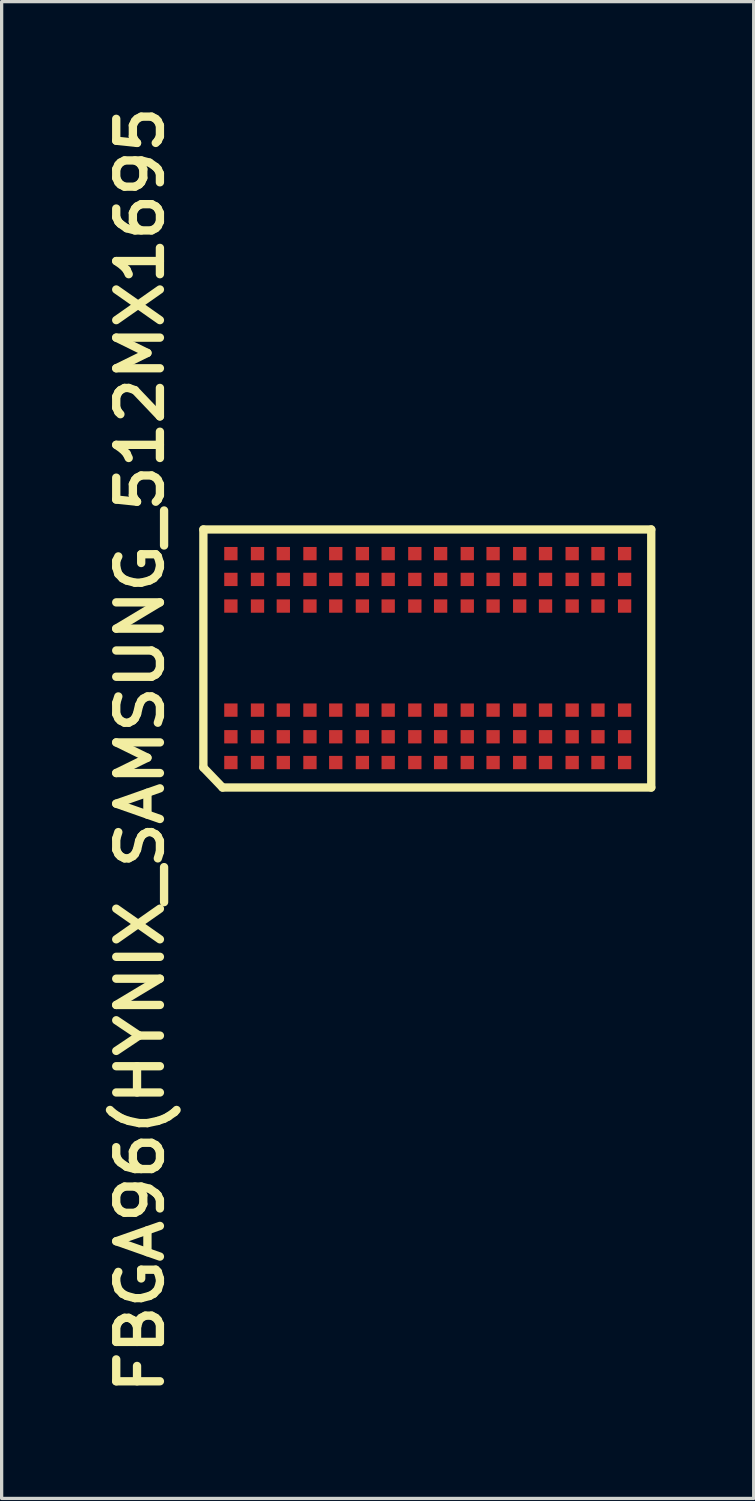
<source format=kicad_pcb>
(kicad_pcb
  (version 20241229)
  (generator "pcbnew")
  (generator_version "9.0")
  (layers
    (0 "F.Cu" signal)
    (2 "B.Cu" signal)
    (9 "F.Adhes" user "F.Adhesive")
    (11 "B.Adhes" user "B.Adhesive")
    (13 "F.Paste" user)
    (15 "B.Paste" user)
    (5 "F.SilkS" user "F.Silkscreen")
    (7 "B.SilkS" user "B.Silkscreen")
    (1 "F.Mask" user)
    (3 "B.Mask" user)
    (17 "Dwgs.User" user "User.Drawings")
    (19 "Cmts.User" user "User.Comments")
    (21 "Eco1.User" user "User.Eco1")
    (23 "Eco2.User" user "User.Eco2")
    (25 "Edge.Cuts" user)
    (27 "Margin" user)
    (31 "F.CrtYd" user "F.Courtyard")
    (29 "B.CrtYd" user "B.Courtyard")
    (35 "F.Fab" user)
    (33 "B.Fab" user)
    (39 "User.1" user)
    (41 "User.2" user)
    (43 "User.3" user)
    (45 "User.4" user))
  (footprint "FBGA96(HYNIX_SAMSUNG_512MX1695"
    (layer "F.Cu")
    (at 9.989 17.043)
    (property "Reference" "FBGA96(HYNIX_SAMSUNG_512MX1695" (at -8.763 2.794 90) (unlocked yes) (layer "F.SilkS") (effects (font (size 1.333 1.402) (thickness 0.254))))
    (attr smd)
    (fp_line (start -6.833 -3.937) (end 6.833 -3.937) (stroke (width 0.254) (type solid)) (layer "F.SilkS"))
    (fp_line (start -6.833 3.327) (end -6.833 -3.937) (stroke (width 0.254) (type solid)) (layer "F.SilkS"))
    (fp_line (start -6.833 3.327) (end -6.248 3.937) (stroke (width 0.254) (type solid)) (layer "F.SilkS"))
    (fp_line (start -6.248 3.937) (end 6.833 3.937) (stroke (width 0.254) (type solid)) (layer "F.SilkS"))
    (fp_line (start 6.833 3.937) (end 6.833 -3.937) (stroke (width 0.254) (type solid)) (layer "F.SilkS"))
    (pad "A1" smd rect (at -5.994 3.175 90) (size 0.406 0.406) (layers "F.Cu" "F.Mask" "F.Paste"))
    (pad "A2" smd rect (at -5.994 2.388 90) (size 0.406 0.406) (layers "F.Cu" "F.Mask" "F.Paste"))
    (pad "A3" smd rect (at -5.994 1.575 90) (size 0.406 0.406) (layers "F.Cu" "F.Mask" "F.Paste"))
    (pad "A7" smd rect (at -5.994 -1.6 90) (size 0.406 0.406) (layers "F.Cu" "F.Mask" "F.Paste"))
    (pad "A8" smd rect (at -5.994 -2.413 90) (size 0.406 0.406) (layers "F.Cu" "F.Mask" "F.Paste"))
    (pad "A9" smd rect (at -5.994 -3.2 90) (size 0.406 0.406) (layers "F.Cu" "F.Mask" "F.Paste"))
    (pad "B1" smd rect (at -5.182 3.175 90) (size 0.406 0.406) (layers "F.Cu" "F.Mask" "F.Paste"))
    (pad "B2" smd rect (at -5.182 2.388 90) (size 0.406 0.406) (layers "F.Cu" "F.Mask" "F.Paste"))
    (pad "B3" smd rect (at -5.182 1.575 90) (size 0.406 0.406) (layers "F.Cu" "F.Mask" "F.Paste"))
    (pad "B7" smd rect (at -5.182 -1.6 90) (size 0.406 0.406) (layers "F.Cu" "F.Mask" "F.Paste"))
    (pad "B8" smd rect (at -5.182 -2.413 90) (size 0.406 0.406) (layers "F.Cu" "F.Mask" "F.Paste"))
    (pad "B9" smd rect (at -5.182 -3.2 90) (size 0.406 0.406) (layers "F.Cu" "F.Mask" "F.Paste"))
    (pad "C1" smd rect (at -4.394 3.175 90) (size 0.406 0.406) (layers "F.Cu" "F.Mask" "F.Paste"))
    (pad "C2" smd rect (at -4.394 2.388 90) (size 0.406 0.406) (layers "F.Cu" "F.Mask" "F.Paste"))
    (pad "C3" smd rect (at -4.394 1.575 90) (size 0.406 0.406) (layers "F.Cu" "F.Mask" "F.Paste"))
    (pad "C7" smd rect (at -4.394 -1.6 90) (size 0.406 0.406) (layers "F.Cu" "F.Mask" "F.Paste"))
    (pad "C8" smd rect (at -4.394 -2.413 90) (size 0.406 0.406) (layers "F.Cu" "F.Mask" "F.Paste"))
    (pad "C9" smd rect (at -4.394 -3.2 90) (size 0.406 0.406) (layers "F.Cu" "F.Mask" "F.Paste"))
    (pad "D1" smd rect (at -3.581 3.175 90) (size 0.406 0.406) (layers "F.Cu" "F.Mask" "F.Paste"))
    (pad "D2" smd rect (at -3.581 2.388 90) (size 0.406 0.406) (layers "F.Cu" "F.Mask" "F.Paste"))
    (pad "D3" smd rect (at -3.581 1.575 90) (size 0.406 0.406) (layers "F.Cu" "F.Mask" "F.Paste"))
    (pad "D7" smd rect (at -3.581 -1.6 90) (size 0.406 0.406) (layers "F.Cu" "F.Mask" "F.Paste"))
    (pad "D8" smd rect (at -3.581 -2.413 90) (size 0.406 0.406) (layers "F.Cu" "F.Mask" "F.Paste"))
    (pad "D9" smd rect (at -3.581 -3.2 90) (size 0.406 0.406) (layers "F.Cu" "F.Mask" "F.Paste"))
    (pad "E1" smd rect (at -2.794 3.175 90) (size 0.406 0.406) (layers "F.Cu" "F.Mask" "F.Paste"))
    (pad "E2" smd rect (at -2.794 2.388 90) (size 0.406 0.406) (layers "F.Cu" "F.Mask" "F.Paste"))
    (pad "E3" smd rect (at -2.794 1.575 90) (size 0.406 0.406) (layers "F.Cu" "F.Mask" "F.Paste"))
    (pad "E7" smd rect (at -2.794 -1.6 90) (size 0.406 0.406) (layers "F.Cu" "F.Mask" "F.Paste"))
    (pad "E8" smd rect (at -2.794 -2.413 90) (size 0.406 0.406) (layers "F.Cu" "F.Mask" "F.Paste"))
    (pad "E9" smd rect (at -2.794 -3.2 90) (size 0.406 0.406) (layers "F.Cu" "F.Mask" "F.Paste"))
    (pad "F1" smd rect (at -1.981 3.175 90) (size 0.406 0.406) (layers "F.Cu" "F.Mask" "F.Paste"))
    (pad "F2" smd rect (at -1.981 2.388 90) (size 0.406 0.406) (layers "F.Cu" "F.Mask" "F.Paste"))
    (pad "F3" smd rect (at -1.981 1.575 90) (size 0.406 0.406) (layers "F.Cu" "F.Mask" "F.Paste"))
    (pad "F7" smd rect (at -1.981 -1.6 90) (size 0.406 0.406) (layers "F.Cu" "F.Mask" "F.Paste"))
    (pad "F8" smd rect (at -1.981 -2.413 90) (size 0.406 0.406) (layers "F.Cu" "F.Mask" "F.Paste"))
    (pad "F9" smd rect (at -1.981 -3.2 90) (size 0.406 0.406) (layers "F.Cu" "F.Mask" "F.Paste"))
    (pad "G1" smd rect (at -1.194 3.175 90) (size 0.406 0.406) (layers "F.Cu" "F.Mask" "F.Paste"))
    (pad "G2" smd rect (at -1.194 2.388 90) (size 0.406 0.406) (layers "F.Cu" "F.Mask" "F.Paste"))
    (pad "G3" smd rect (at -1.194 1.575 90) (size 0.406 0.406) (layers "F.Cu" "F.Mask" "F.Paste"))
    (pad "G7" smd rect (at -1.194 -1.6 90) (size 0.406 0.406) (layers "F.Cu" "F.Mask" "F.Paste"))
    (pad "G8" smd rect (at -1.194 -2.413 90) (size 0.406 0.406) (layers "F.Cu" "F.Mask" "F.Paste"))
    (pad "G9" smd rect (at -1.194 -3.2 90) (size 0.406 0.406) (layers "F.Cu" "F.Mask" "F.Paste"))
    (pad "H1" smd rect (at -0.381 3.175 90) (size 0.406 0.406) (layers "F.Cu" "F.Mask" "F.Paste"))
    (pad "H2" smd rect (at -0.381 2.388 90) (size 0.406 0.406) (layers "F.Cu" "F.Mask" "F.Paste"))
    (pad "H3" smd rect (at -0.381 1.575 90) (size 0.406 0.406) (layers "F.Cu" "F.Mask" "F.Paste"))
    (pad "H7" smd rect (at -0.381 -1.6 90) (size 0.406 0.406) (layers "F.Cu" "F.Mask" "F.Paste"))
    (pad "H8" smd rect (at -0.381 -2.413 90) (size 0.406 0.406) (layers "F.Cu" "F.Mask" "F.Paste"))
    (pad "H9" smd rect (at -0.381 -3.2 90) (size 0.406 0.406) (layers "F.Cu" "F.Mask" "F.Paste"))
    (pad "J1" smd rect (at 0.406 3.175 90) (size 0.406 0.406) (layers "F.Cu" "F.Mask" "F.Paste"))
    (pad "J2" smd rect (at 0.406 2.388 90) (size 0.406 0.406) (layers "F.Cu" "F.Mask" "F.Paste"))
    (pad "J3" smd rect (at 0.406 1.575 90) (size 0.406 0.406) (layers "F.Cu" "F.Mask" "F.Paste"))
    (pad "J7" smd rect (at 0.406 -1.6 90) (size 0.406 0.406) (layers "F.Cu" "F.Mask" "F.Paste"))
    (pad "J8" smd rect (at 0.406 -2.413 90) (size 0.406 0.406) (layers "F.Cu" "F.Mask" "F.Paste"))
    (pad "J9" smd rect (at 0.406 -3.2 90) (size 0.406 0.406) (layers "F.Cu" "F.Mask" "F.Paste"))
    (pad "K1" smd rect (at 1.219 3.175 90) (size 0.406 0.406) (layers "F.Cu" "F.Mask" "F.Paste"))
    (pad "K2" smd rect (at 1.219 2.388 90) (size 0.406 0.406) (layers "F.Cu" "F.Mask" "F.Paste"))
    (pad "K3" smd rect (at 1.219 1.575 90) (size 0.406 0.406) (layers "F.Cu" "F.Mask" "F.Paste"))
    (pad "K7" smd rect (at 1.219 -1.6 90) (size 0.406 0.406) (layers "F.Cu" "F.Mask" "F.Paste"))
    (pad "K8" smd rect (at 1.219 -2.413 90) (size 0.406 0.406) (layers "F.Cu" "F.Mask" "F.Paste"))
    (pad "K9" smd rect (at 1.219 -3.2 90) (size 0.406 0.406) (layers "F.Cu" "F.Mask" "F.Paste"))
    (pad "L1" smd rect (at 2.007 3.175 90) (size 0.406 0.406) (layers "F.Cu" "F.Mask" "F.Paste"))
    (pad "L2" smd rect (at 2.007 2.388 90) (size 0.406 0.406) (layers "F.Cu" "F.Mask" "F.Paste"))
    (pad "L3" smd rect (at 2.007 1.575 90) (size 0.406 0.406) (layers "F.Cu" "F.Mask" "F.Paste"))
    (pad "L7" smd rect (at 2.007 -1.6 90) (size 0.406 0.406) (layers "F.Cu" "F.Mask" "F.Paste"))
    (pad "L8" smd rect (at 2.007 -2.413 90) (size 0.406 0.406) (layers "F.Cu" "F.Mask" "F.Paste"))
    (pad "L9" smd rect (at 2.007 -3.2 90) (size 0.406 0.406) (layers "F.Cu" "F.Mask" "F.Paste"))
    (pad "M1" smd rect (at 2.819 3.175 90) (size 0.406 0.406) (layers "F.Cu" "F.Mask" "F.Paste"))
    (pad "M2" smd rect (at 2.819 2.388 90) (size 0.406 0.406) (layers "F.Cu" "F.Mask" "F.Paste"))
    (pad "M3" smd rect (at 2.819 1.575 90) (size 0.406 0.406) (layers "F.Cu" "F.Mask" "F.Paste"))
    (pad "M7" smd rect (at 2.819 -1.6 90) (size 0.406 0.406) (layers "F.Cu" "F.Mask" "F.Paste"))
    (pad "M8" smd rect (at 2.819 -2.413 90) (size 0.406 0.406) (layers "F.Cu" "F.Mask" "F.Paste"))
    (pad "M9" smd rect (at 2.819 -3.2 90) (size 0.406 0.406) (layers "F.Cu" "F.Mask" "F.Paste"))
    (pad "N1" smd rect (at 3.607 3.175 90) (size 0.406 0.406) (layers "F.Cu" "F.Mask" "F.Paste"))
    (pad "N2" smd rect (at 3.607 2.388 90) (size 0.406 0.406) (layers "F.Cu" "F.Mask" "F.Paste"))
    (pad "N3" smd rect (at 3.607 1.575 90) (size 0.406 0.406) (layers "F.Cu" "F.Mask" "F.Paste"))
    (pad "N7" smd rect (at 3.607 -1.6 90) (size 0.406 0.406) (layers "F.Cu" "F.Mask" "F.Paste"))
    (pad "N8" smd rect (at 3.607 -2.413 90) (size 0.406 0.406) (layers "F.Cu" "F.Mask" "F.Paste"))
    (pad "N9" smd rect (at 3.607 -3.2 90) (size 0.406 0.406) (layers "F.Cu" "F.Mask" "F.Paste"))
    (pad "P1" smd rect (at 4.42 3.175 90) (size 0.406 0.406) (layers "F.Cu" "F.Mask" "F.Paste"))
    (pad "P2" smd rect (at 4.42 2.388 90) (size 0.406 0.406) (layers "F.Cu" "F.Mask" "F.Paste"))
    (pad "P3" smd rect (at 4.42 1.575 90) (size 0.406 0.406) (layers "F.Cu" "F.Mask" "F.Paste"))
    (pad "P7" smd rect (at 4.42 -1.6 90) (size 0.406 0.406) (layers "F.Cu" "F.Mask" "F.Paste"))
    (pad "P8" smd rect (at 4.42 -2.413 90) (size 0.406 0.406) (layers "F.Cu" "F.Mask" "F.Paste"))
    (pad "P9" smd rect (at 4.42 -3.2 90) (size 0.406 0.406) (layers "F.Cu" "F.Mask" "F.Paste"))
    (pad "R1" smd rect (at 5.207 3.175 90) (size 0.406 0.406) (layers "F.Cu" "F.Mask" "F.Paste"))
    (pad "R2" smd rect (at 5.207 2.388 90) (size 0.406 0.406) (layers "F.Cu" "F.Mask" "F.Paste"))
    (pad "R3" smd rect (at 5.207 1.575 90) (size 0.406 0.406) (layers "F.Cu" "F.Mask" "F.Paste"))
    (pad "R7" smd rect (at 5.207 -1.6 90) (size 0.406 0.406) (layers "F.Cu" "F.Mask" "F.Paste"))
    (pad "R8" smd rect (at 5.207 -2.413 90) (size 0.406 0.406) (layers "F.Cu" "F.Mask" "F.Paste"))
    (pad "R9" smd rect (at 5.207 -3.2 90) (size 0.406 0.406) (layers "F.Cu" "F.Mask" "F.Paste"))
    (pad "T1" smd rect (at 6.02 3.175 90) (size 0.406 0.406) (layers "F.Cu" "F.Mask" "F.Paste"))
    (pad "T2" smd rect (at 6.02 2.388 90) (size 0.406 0.406) (layers "F.Cu" "F.Mask" "F.Paste"))
    (pad "T3" smd rect (at 6.02 1.575 90) (size 0.406 0.406) (layers "F.Cu" "F.Mask" "F.Paste"))
    (pad "T7" smd rect (at 6.02 -1.6 90) (size 0.406 0.406) (layers "F.Cu" "F.Mask" "F.Paste"))
    (pad "T8" smd rect (at 6.02 -2.413 90) (size 0.406 0.406) (layers "F.Cu" "F.Mask" "F.Paste"))
    (pad "T9" smd rect (at 6.02 -3.2 90) (size 0.406 0.406) (layers "F.Cu" "F.Mask" "F.Paste")))
  (gr_rect
    (start -3 -3)
    (end 19.948 42.673)
    (stroke (width 0.1) (type default))
    (fill no)
    (layer "Edge.Cuts")))
</source>
